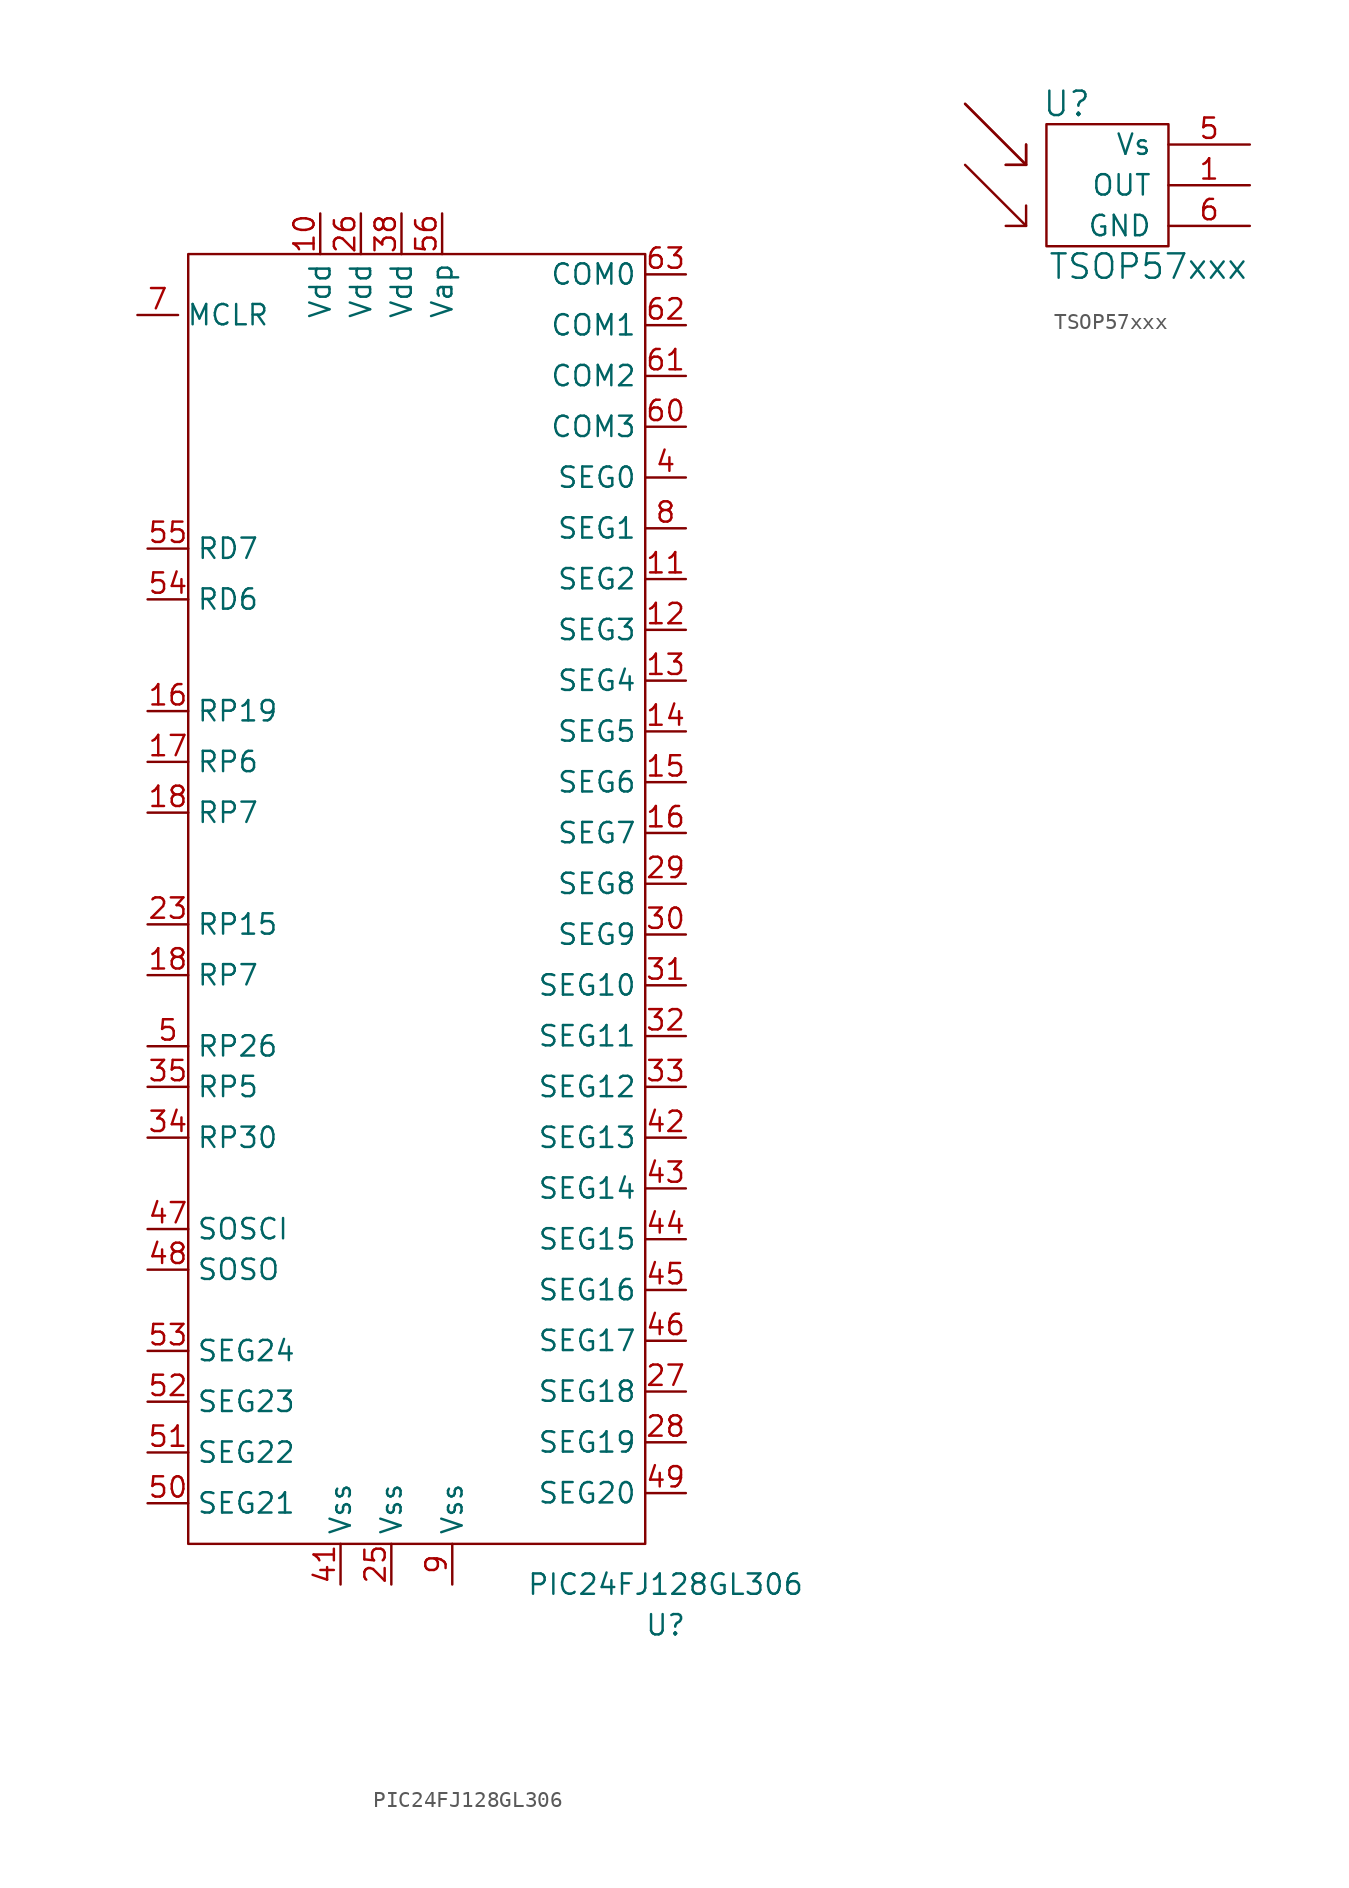
<source format=kicad_sym>
(kicad_symbol_lib
  (version 20211014)
  (generator kicad_symbol_editor)
  (symbol "PIC24FJ128GL306"
    (property "Reference" "U"
      (at 26.035 -80.645 0)
      (effects (font (size 1.27 1.27))))
    (property "Value" "PIC24FJ128GL306"
      (at 26.035 -78.105 0)
      (effects (font (size 1.27 1.27))))
    (symbol "PIC24FJ128GL306_0_1"
      (rectangle (start -3.81 5.08) (end 24.765 -75.565) (stroke (width 0) (type default) (color 0 0 0 0)) (fill (type none))))
    (symbol "PIC24FJ128GL306_1_1"
      (pin power_in line (at 4.445 7.62 270) (length 2.54) (name "Vdd" (effects (font (size 1.27 1.27)))) (number "10" (effects (font (size 1.27 1.27)))))
      (pin bidirectional line (at 27.305 -15.24 180) (length 2.54) (name "SEG2" (effects (font (size 1.27 1.27)))) (number "11" (effects (font (size 1.27 1.27)))))
      (pin bidirectional line (at 27.305 -18.415 180) (length 2.54) (name "SEG3" (effects (font (size 1.27 1.27)))) (number "12" (effects (font (size 1.27 1.27)))))
      (pin bidirectional line (at 27.305 -21.59 180) (length 2.54) (name "SEG4" (effects (font (size 1.27 1.27)))) (number "13" (effects (font (size 1.27 1.27)))))
      (pin bidirectional line (at 27.305 -24.765 180) (length 2.54) (name "SEG5" (effects (font (size 1.27 1.27)))) (number "14" (effects (font (size 1.27 1.27)))))
      (pin bidirectional line (at 27.305 -27.94 180) (length 2.54) (name "SEG6" (effects (font (size 1.27 1.27)))) (number "15" (effects (font (size 1.27 1.27)))))
      (pin input line (at -6.35 -23.495 0) (length 2.54) (name "RP19" (effects (font (size 1.27 1.27)))) (number "16" (effects (font (size 1.27 1.27)))))
      (pin bidirectional line (at 27.305 -31.115 180) (length 2.54) (name "SEG7" (effects (font (size 1.27 1.27)))) (number "16" (effects (font (size 1.27 1.27)))))
      (pin input line (at -6.35 -26.67 0) (length 2.54) (name "RP6" (effects (font (size 1.27 1.27)))) (number "17" (effects (font (size 1.27 1.27)))))
      (pin input line (at -6.35 -40.005 0) (length 2.54) (name "RP7" (effects (font (size 1.27 1.27)))) (number "18" (effects (font (size 1.27 1.27)))))
      (pin input line (at -6.35 -29.845 0) (length 2.54) (name "RP7" (effects (font (size 1.27 1.27)))) (number "18" (effects (font (size 1.27 1.27)))))
      (pin input line (at -6.35 -36.83 0) (length 2.54) (name "RP15" (effects (font (size 1.27 1.27)))) (number "23" (effects (font (size 1.27 1.27)))))
      (pin power_in line (at 8.89 -78.105 90) (length 2.54) (name "Vss" (effects (font (size 1.27 1.27)))) (number "25" (effects (font (size 1.27 1.27)))))
      (pin power_in line (at 6.985 7.62 270) (length 2.54) (name "Vdd" (effects (font (size 1.27 1.27)))) (number "26" (effects (font (size 1.27 1.27)))))
      (pin bidirectional line (at 27.305 -66.04 180) (length 2.54) (name "SEG18" (effects (font (size 1.27 1.27)))) (number "27" (effects (font (size 1.27 1.27)))))
      (pin bidirectional line (at 27.305 -69.215 180) (length 2.54) (name "SEG19" (effects (font (size 1.27 1.27)))) (number "28" (effects (font (size 1.27 1.27)))))
      (pin bidirectional line (at 27.305 -34.29 180) (length 2.54) (name "SEG8" (effects (font (size 1.27 1.27)))) (number "29" (effects (font (size 1.27 1.27)))))
      (pin bidirectional line (at 27.305 -37.465 180) (length 2.54) (name "SEG9" (effects (font (size 1.27 1.27)))) (number "30" (effects (font (size 1.27 1.27)))))
      (pin bidirectional line (at 27.305 -40.64 180) (length 2.54) (name "SEG10" (effects (font (size 1.27 1.27)))) (number "31" (effects (font (size 1.27 1.27)))))
      (pin bidirectional line (at 27.305 -43.815 180) (length 2.54) (name "SEG11" (effects (font (size 1.27 1.27)))) (number "32" (effects (font (size 1.27 1.27)))))
      (pin bidirectional line (at 27.305 -46.99 180) (length 2.54) (name "SEG12" (effects (font (size 1.27 1.27)))) (number "33" (effects (font (size 1.27 1.27)))))
      (pin input line (at -6.35 -50.165 0) (length 2.54) (name "RP30" (effects (font (size 1.27 1.27)))) (number "34" (effects (font (size 1.27 1.27)))))
      (pin input line (at -6.35 -46.99 0) (length 2.54) (name "RP5" (effects (font (size 1.27 1.27)))) (number "35" (effects (font (size 1.27 1.27)))))
      (pin power_in line (at 9.525 7.62 270) (length 2.54) (name "Vdd" (effects (font (size 1.27 1.27)))) (number "38" (effects (font (size 1.27 1.27)))))
      (pin bidirectional line (at 27.305 -8.89 180) (length 2.54) (name "SEG0" (effects (font (size 1.27 1.27)))) (number "4" (effects (font (size 1.27 1.27)))))
      (pin power_in line (at 5.715 -78.105 90) (length 2.54) (name "Vss" (effects (font (size 1.27 1.27)))) (number "41" (effects (font (size 1.27 1.27)))))
      (pin bidirectional line (at 27.305 -50.165 180) (length 2.54) (name "SEG13" (effects (font (size 1.27 1.27)))) (number "42" (effects (font (size 1.27 1.27)))))
      (pin bidirectional line (at 27.305 -53.34 180) (length 2.54) (name "SEG14" (effects (font (size 1.27 1.27)))) (number "43" (effects (font (size 1.27 1.27)))))
      (pin bidirectional line (at 27.305 -56.515 180) (length 2.54) (name "SEG15" (effects (font (size 1.27 1.27)))) (number "44" (effects (font (size 1.27 1.27)))))
      (pin bidirectional line (at 27.305 -59.69 180) (length 2.54) (name "SEG16" (effects (font (size 1.27 1.27)))) (number "45" (effects (font (size 1.27 1.27)))))
      (pin bidirectional line (at 27.305 -62.865 180) (length 2.54) (name "SEG17" (effects (font (size 1.27 1.27)))) (number "46" (effects (font (size 1.27 1.27)))))
      (pin input line (at -6.35 -55.88 0) (length 2.54) (name "SOSCI" (effects (font (size 1.27 1.27)))) (number "47" (effects (font (size 1.27 1.27)))))
      (pin input line (at -6.35 -58.42 0) (length 2.54) (name "SOSO" (effects (font (size 1.27 1.27)))) (number "48" (effects (font (size 1.27 1.27)))))
      (pin bidirectional line (at 27.305 -72.39 180) (length 2.54) (name "SEG20" (effects (font (size 1.27 1.27)))) (number "49" (effects (font (size 1.27 1.27)))))
      (pin input line (at -6.35 -44.45 0) (length 2.54) (name "RP26" (effects (font (size 1.27 1.27)))) (number "5" (effects (font (size 1.27 1.27)))))
      (pin bidirectional line (at -6.35 -73.025 0) (length 2.54) (name "SEG21" (effects (font (size 1.27 1.27)))) (number "50" (effects (font (size 1.27 1.27)))))
      (pin bidirectional line (at -6.35 -69.85 0) (length 2.54) (name "SEG22" (effects (font (size 1.27 1.27)))) (number "51" (effects (font (size 1.27 1.27)))))
      (pin input line (at -6.35 -66.675 0) (length 2.54) (name "SEG23" (effects (font (size 1.27 1.27)))) (number "52" (effects (font (size 1.27 1.27)))))
      (pin input line (at -6.35 -63.5 0) (length 2.54) (name "SEG24" (effects (font (size 1.27 1.27)))) (number "53" (effects (font (size 1.27 1.27)))))
      (pin output line (at -6.35 -16.51 0) (length 2.54) (name "RD6" (effects (font (size 1.27 1.27)))) (number "54" (effects (font (size 1.27 1.27)))))
      (pin output line (at -6.35 -13.335 0) (length 2.54) (name "RD7" (effects (font (size 1.27 1.27)))) (number "55" (effects (font (size 1.27 1.27)))))
      (pin power_in line (at 12.065 7.62 270) (length 2.54) (name "Vap" (effects (font (size 1.27 1.27)))) (number "56" (effects (font (size 1.27 1.27)))))
      (pin bidirectional line (at 27.305 -5.715 180) (length 2.54) (name "COM3" (effects (font (size 1.27 1.27)))) (number "60" (effects (font (size 1.27 1.27)))))
      (pin bidirectional line (at 27.305 -2.54 180) (length 2.54) (name "COM2" (effects (font (size 1.27 1.27)))) (number "61" (effects (font (size 1.27 1.27)))))
      (pin bidirectional line (at 27.305 0.635 180) (length 2.54) (name "COM1" (effects (font (size 1.27 1.27)))) (number "62" (effects (font (size 1.27 1.27)))))
      (pin bidirectional line (at 27.305 3.81 180) (length 2.54) (name "COM0" (effects (font (size 1.27 1.27)))) (number "63" (effects (font (size 1.27 1.27)))))
      (pin input line (at -6.985 1.27 0) (length 2.54) (name "MCLR" (effects (font (size 1.27 1.27)))) (number "7" (effects (font (size 1.27 1.27)))))
      (pin bidirectional line (at 27.305 -12.065 180) (length 2.54) (name "SEG1" (effects (font (size 1.27 1.27)))) (number "8" (effects (font (size 1.27 1.27)))))
      (pin power_in line (at 12.7 -78.105 90) (length 2.54) (name "Vss" (effects (font (size 1.27 1.27)))) (number "9" (effects (font (size 1.27 1.27)))))))
  (symbol "TSOP57xxx"
    (pin_names
      (offset 1.016))
    (property "Reference" "U"
      (at -2.54 5.08 0)
      (effects (font (size 1.524 1.524))))
    (property "Value" "TSOP57xxx"
      (at 2.54 -5.08 0)
      (effects (font (size 1.524 1.524))))
    (property "Footprint" ""
      (at 0 0 0)
      (effects (font (size 1.524 1.524))))
    (property "Datasheet" ""
      (at 0 0 0)
      (effects (font (size 1.524 1.524))))
    (symbol "TSOP57xxx_0_1"
      (rectangle (start -3.81 3.81) (end 3.81 -3.81) (stroke (width 0) (type default) (color 0 0 0 0)) (fill (type none)))
      (polyline (pts (xy -8.89 5.08) (xy -5.08 1.27)) (stroke (width 0) (type default) (color 0 0 0 0)) (fill (type none)))
      (polyline (pts (xy -8.89 5.08) (xy -5.08 1.27)) (stroke (width 0) (type default) (color 0 0 0 0)) (fill (type none)))
      (polyline (pts (xy -5.08 -2.54) (xy -8.89 1.27)) (stroke (width 0) (type default) (color 0 0 0 0)) (fill (type none)))
      (polyline (pts (xy -5.08 -1.27) (xy -5.08 -2.54) (xy -6.35 -2.54)) (stroke (width 0) (type default) (color 0 0 0 0)) (fill (type none)))
      (polyline (pts (xy -5.08 2.54) (xy -5.08 1.27) (xy -6.35 1.27)) (stroke (width 0) (type default) (color 0 0 0 0)) (fill (type none)))
      (polyline (pts (xy -5.08 2.54) (xy -5.08 1.27) (xy -6.35 1.27)) (stroke (width 0) (type default) (color 0 0 0 0)) (fill (type none))))
    (symbol "TSOP57xxx_1_1"
      (pin open_collector line (at 8.89 0 180) (length 5.08) (name "OUT" (effects (font (size 1.27 1.27)))) (number "1" (effects (font (size 1.27 1.27)))))
      (pin power_in line (at 8.89 2.54 180) (length 5.08) (name "Vs" (effects (font (size 1.27 1.27)))) (number "5" (effects (font (size 1.27 1.27)))))
      (pin power_in line (at 8.89 -2.54 180) (length 5.08) (name "GND" (effects (font (size 1.27 1.27)))) (number "6" (effects (font (size 1.27 1.27))))))))
</source>
